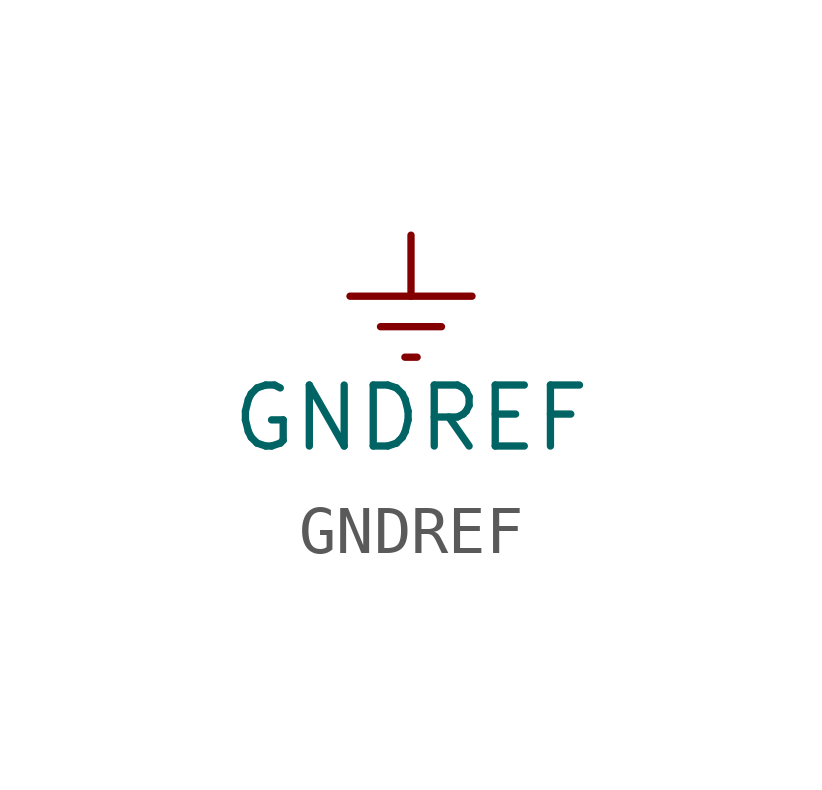
<source format=kicad_sym>
(kicad_symbol_lib
  (version 20231120)
  (generator "kicad_symbol_editor")
  (generator_version "8.0")
  (symbol "GNDREF"
    (power)
    (pin_names
      (offset 0))
    (property "Reference" "#PWR"
      (at 0 -6.35 0)
      (effects (font (size 1.27 1.27)) (hide yes)))
    (property "Value" "GNDREF"
      (at 0 -3.81 0)
      (effects (font (size 1.27 1.27))))
    (symbol "GNDREF_0_1"
      (polyline (pts (xy -0.635 -1.905) (xy 0.635 -1.905)) (stroke (width 0) (type default)) (fill (type none)))
      (polyline (pts (xy -0.127 -2.54) (xy 0.127 -2.54)) (stroke (width 0) (type default)) (fill (type none)))
      (polyline (pts (xy 0 -1.27) (xy 0 0)) (stroke (width 0) (type default)) (fill (type none)))
      (polyline (pts (xy 1.27 -1.27) (xy -1.27 -1.27)) (stroke (width 0) (type default)) (fill (type none))))
    (symbol "GNDREF_1_1"
      (pin power_in line (at 0 0 270) (length 0) hide (name "GNDREF" (effects (font (size 1.27 1.27)))) (number "1" (effects (font (size 1.27 1.27))))))))
</source>
